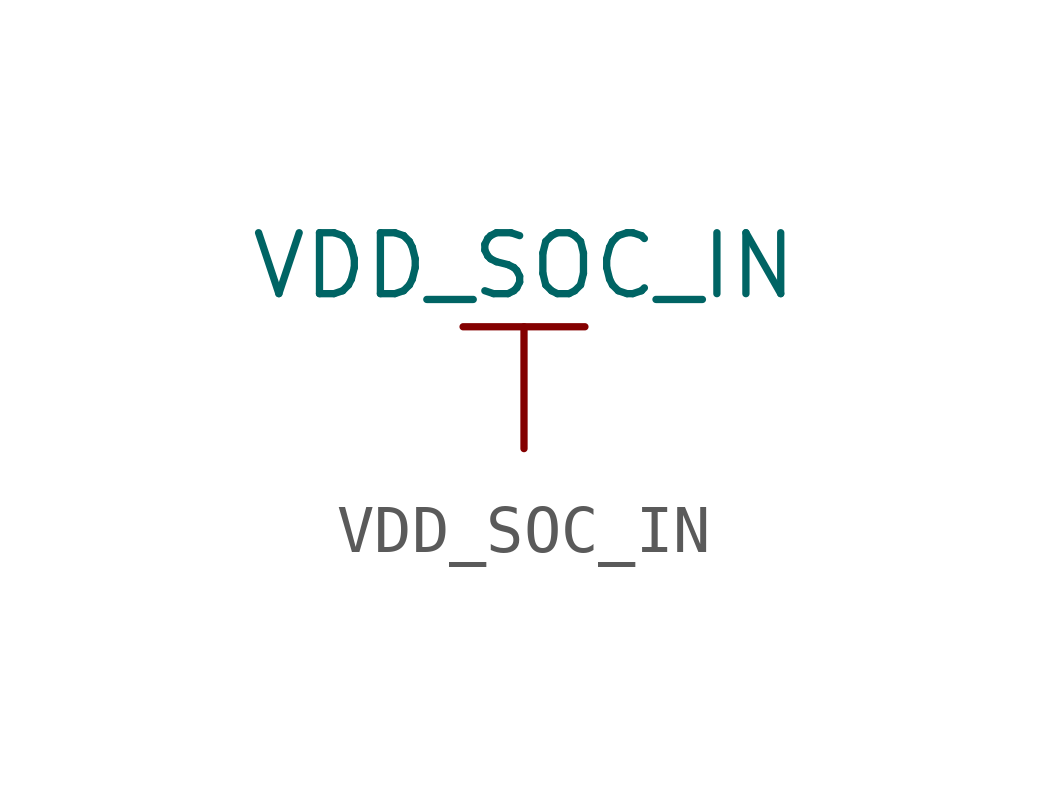
<source format=kicad_sym>
(kicad_symbol_lib
  (version 20211014)
  (generator kicad_symbol_editor)
  (symbol "VDD_SOC_IN"
    (power)
    (pin_names
      (offset 0))
    (property "Reference" "#PWR"
      (at 0 -3.81 0)
      (effects (font (size 1.27 1.27)) hide))
    (property "Value" "VDD_SOC_IN"
      (at 0 3.81 0)
      (effects (font (size 1.27 1.27))))
    (symbol "VDD_SOC_IN_0_1"
      (polyline (pts (xy -1.27 2.54) (xy 1.27 2.54)) (stroke (width 0.152) (type default) (color 0 0 0 0)) (fill (type none)))
      (polyline (pts (xy 0 0) (xy 0 2.54)) (stroke (width 0.152) (type default) (color 0 0 0 0)) (fill (type none))))
    (symbol "VDD_SOC_IN_1_1"
      (pin power_in line (at 0 0 90) (length 0) hide (name "VDD_SOC_IN" (effects (font (size 1.27 1.27)))) (number "1" (effects (font (size 1.27 1.27))))))))
</source>
